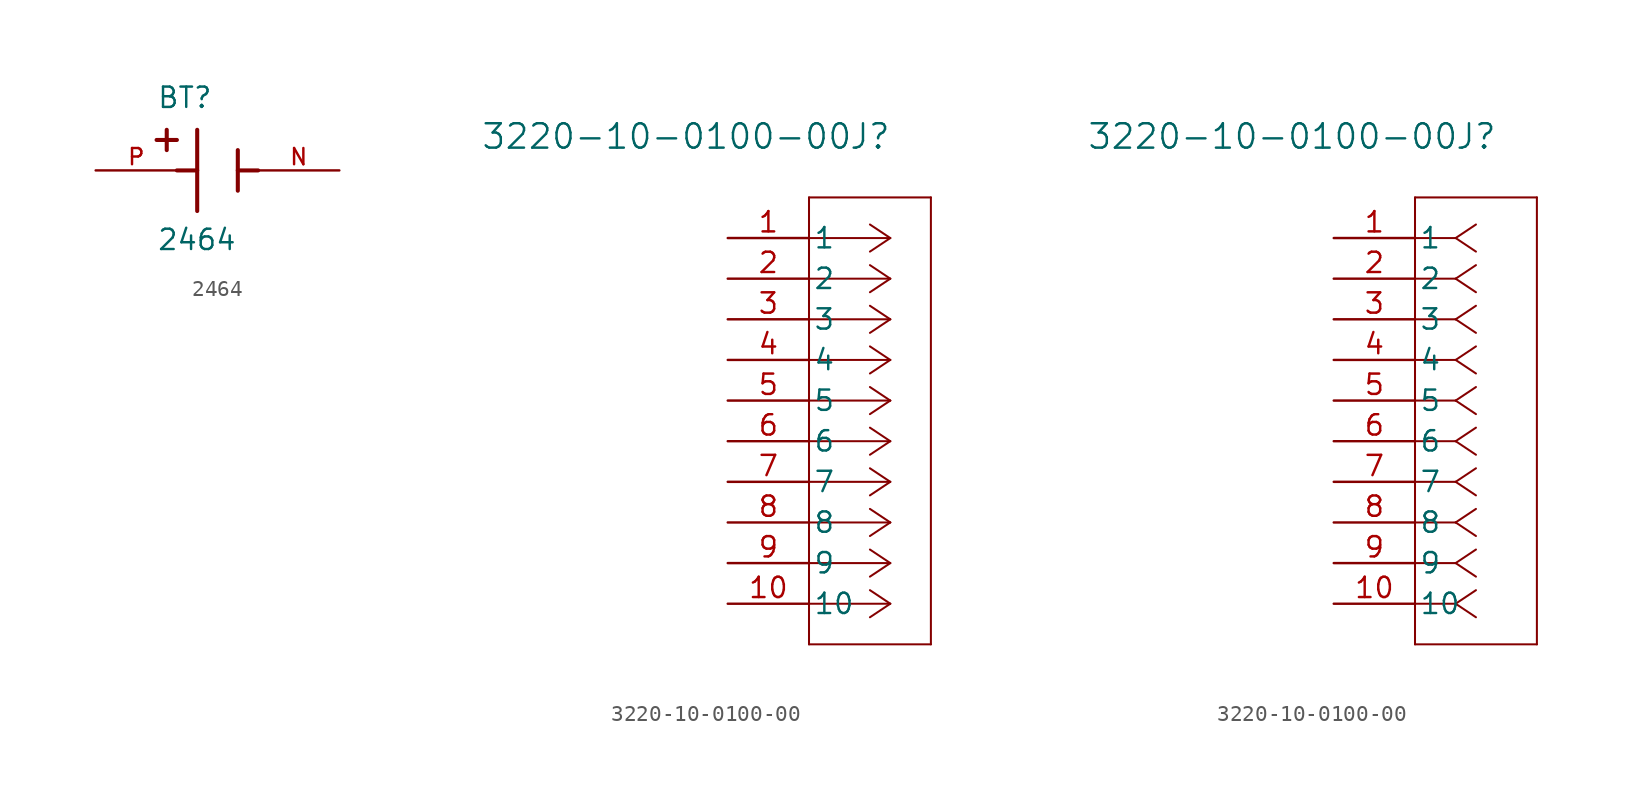
<source format=kicad_sym>
(kicad_symbol_lib
  (version 20241209)
  (generator "kicad_symbol_editor")
  (generator_version "9.0")
  (symbol "2464"
    (pin_names
      (offset 1.016))
    (property "Reference" "BT"
      (at -3.81 3.81 0)
      (effects (font (size 1.27 1.27)) (justify left bottom)))
    (property "Value" "2464"
      (at -3.81 -5.08 0)
      (effects (font (size 1.27 1.27)) (justify left bottom)))
    (symbol "2464_0_0"
      (polyline (pts (xy -3.81 1.905) (xy -2.54 1.905)) (stroke (width 0.254) (type default)) (fill (type none)))
      (polyline (pts (xy -3.175 2.54) (xy -3.175 1.27)) (stroke (width 0.254) (type default)) (fill (type none)))
      (polyline (pts (xy -1.27 2.54) (xy -1.27 -2.54)) (stroke (width 0.254) (type default)) (fill (type none)))
      (polyline (pts (xy -1.27 0) (xy -2.54 0)) (stroke (width 0.254) (type default)) (fill (type none)))
      (polyline (pts (xy 1.27 1.27) (xy 1.27 -1.27)) (stroke (width 0.254) (type default)) (fill (type none)))
      (polyline (pts (xy 1.27 0) (xy 2.54 0)) (stroke (width 0.254) (type default)) (fill (type none)))
      (pin passive line (at -7.62 0 0) (length 5.08) (name "~" (effects (font (size 1.016 1.016)))) (number "P" (effects (font (size 1.016 1.016)))))
      (pin passive line (at 7.62 0 180) (length 5.08) (name "~" (effects (font (size 1.016 1.016)))) (number "N" (effects (font (size 1.016 1.016)))))))
  (symbol "3220-10-0100-00"
    (pin_names
      (offset 0.254))
    (property "Reference" "J"
      (at 8.89 6.35 0)
      (effects (font (size 1.524 1.524))))
    (property "Value" "3220-10-0100-00"
      (at -3.81 6.35 0)
      (effects (font (size 1.524 1.524))))
    (property "ki_locked" ""
      (at 0 0 0)
      (effects (font (size 1.27 1.27))))
    (symbol "3220-10-0100-00_1_1"
      (polyline (pts (xy 5.08 2.54) (xy 5.08 -25.4)) (stroke (width 0.127) (type default)) (fill (type none)))
      (polyline (pts (xy 5.08 -25.4) (xy 12.7 -25.4)) (stroke (width 0.127) (type default)) (fill (type none)))
      (polyline (pts (xy 10.16 0) (xy 5.08 0)) (stroke (width 0.127) (type default)) (fill (type none)))
      (polyline (pts (xy 10.16 0) (xy 8.89 0.847)) (stroke (width 0.127) (type default)) (fill (type none)))
      (polyline (pts (xy 10.16 0) (xy 8.89 -0.847)) (stroke (width 0.127) (type default)) (fill (type none)))
      (polyline (pts (xy 10.16 -2.54) (xy 5.08 -2.54)) (stroke (width 0.127) (type default)) (fill (type none)))
      (polyline (pts (xy 10.16 -2.54) (xy 8.89 -1.693)) (stroke (width 0.127) (type default)) (fill (type none)))
      (polyline (pts (xy 10.16 -2.54) (xy 8.89 -3.387)) (stroke (width 0.127) (type default)) (fill (type none)))
      (polyline (pts (xy 10.16 -5.08) (xy 5.08 -5.08)) (stroke (width 0.127) (type default)) (fill (type none)))
      (polyline (pts (xy 10.16 -5.08) (xy 8.89 -4.233)) (stroke (width 0.127) (type default)) (fill (type none)))
      (polyline (pts (xy 10.16 -5.08) (xy 8.89 -5.927)) (stroke (width 0.127) (type default)) (fill (type none)))
      (polyline (pts (xy 10.16 -7.62) (xy 5.08 -7.62)) (stroke (width 0.127) (type default)) (fill (type none)))
      (polyline (pts (xy 10.16 -7.62) (xy 8.89 -6.773)) (stroke (width 0.127) (type default)) (fill (type none)))
      (polyline (pts (xy 10.16 -7.62) (xy 8.89 -8.467)) (stroke (width 0.127) (type default)) (fill (type none)))
      (polyline (pts (xy 10.16 -10.16) (xy 5.08 -10.16)) (stroke (width 0.127) (type default)) (fill (type none)))
      (polyline (pts (xy 10.16 -10.16) (xy 8.89 -9.313)) (stroke (width 0.127) (type default)) (fill (type none)))
      (polyline (pts (xy 10.16 -10.16) (xy 8.89 -11.007)) (stroke (width 0.127) (type default)) (fill (type none)))
      (polyline (pts (xy 10.16 -12.7) (xy 5.08 -12.7)) (stroke (width 0.127) (type default)) (fill (type none)))
      (polyline (pts (xy 10.16 -12.7) (xy 8.89 -11.853)) (stroke (width 0.127) (type default)) (fill (type none)))
      (polyline (pts (xy 10.16 -12.7) (xy 8.89 -13.547)) (stroke (width 0.127) (type default)) (fill (type none)))
      (polyline (pts (xy 10.16 -15.24) (xy 5.08 -15.24)) (stroke (width 0.127) (type default)) (fill (type none)))
      (polyline (pts (xy 10.16 -15.24) (xy 8.89 -14.393)) (stroke (width 0.127) (type default)) (fill (type none)))
      (polyline (pts (xy 10.16 -15.24) (xy 8.89 -16.087)) (stroke (width 0.127) (type default)) (fill (type none)))
      (polyline (pts (xy 10.16 -17.78) (xy 5.08 -17.78)) (stroke (width 0.127) (type default)) (fill (type none)))
      (polyline (pts (xy 10.16 -17.78) (xy 8.89 -16.933)) (stroke (width 0.127) (type default)) (fill (type none)))
      (polyline (pts (xy 10.16 -17.78) (xy 8.89 -18.627)) (stroke (width 0.127) (type default)) (fill (type none)))
      (polyline (pts (xy 10.16 -20.32) (xy 5.08 -20.32)) (stroke (width 0.127) (type default)) (fill (type none)))
      (polyline (pts (xy 10.16 -20.32) (xy 8.89 -19.473)) (stroke (width 0.127) (type default)) (fill (type none)))
      (polyline (pts (xy 10.16 -20.32) (xy 8.89 -21.167)) (stroke (width 0.127) (type default)) (fill (type none)))
      (polyline (pts (xy 10.16 -22.86) (xy 5.08 -22.86)) (stroke (width 0.127) (type default)) (fill (type none)))
      (polyline (pts (xy 10.16 -22.86) (xy 8.89 -22.013)) (stroke (width 0.127) (type default)) (fill (type none)))
      (polyline (pts (xy 10.16 -22.86) (xy 8.89 -23.707)) (stroke (width 0.127) (type default)) (fill (type none)))
      (polyline (pts (xy 12.7 2.54) (xy 5.08 2.54)) (stroke (width 0.127) (type default)) (fill (type none)))
      (polyline (pts (xy 12.7 -25.4) (xy 12.7 2.54)) (stroke (width 0.127) (type default)) (fill (type none)))
      (pin unspecified line (at 0 0 0) (length 5.08) (name "1" (effects (font (size 1.27 1.27)))) (number "1" (effects (font (size 1.27 1.27)))))
      (pin unspecified line (at 0 -2.54 0) (length 5.08) (name "2" (effects (font (size 1.27 1.27)))) (number "2" (effects (font (size 1.27 1.27)))))
      (pin unspecified line (at 0 -5.08 0) (length 5.08) (name "3" (effects (font (size 1.27 1.27)))) (number "3" (effects (font (size 1.27 1.27)))))
      (pin unspecified line (at 0 -7.62 0) (length 5.08) (name "4" (effects (font (size 1.27 1.27)))) (number "4" (effects (font (size 1.27 1.27)))))
      (pin unspecified line (at 0 -10.16 0) (length 5.08) (name "5" (effects (font (size 1.27 1.27)))) (number "5" (effects (font (size 1.27 1.27)))))
      (pin unspecified line (at 0 -12.7 0) (length 5.08) (name "6" (effects (font (size 1.27 1.27)))) (number "6" (effects (font (size 1.27 1.27)))))
      (pin unspecified line (at 0 -15.24 0) (length 5.08) (name "7" (effects (font (size 1.27 1.27)))) (number "7" (effects (font (size 1.27 1.27)))))
      (pin unspecified line (at 0 -17.78 0) (length 5.08) (name "8" (effects (font (size 1.27 1.27)))) (number "8" (effects (font (size 1.27 1.27)))))
      (pin unspecified line (at 0 -20.32 0) (length 5.08) (name "9" (effects (font (size 1.27 1.27)))) (number "9" (effects (font (size 1.27 1.27)))))
      (pin unspecified line (at 0 -22.86 0) (length 5.08) (name "10" (effects (font (size 1.27 1.27)))) (number "10" (effects (font (size 1.27 1.27))))))
    (symbol "3220-10-0100-00_1_2"
      (polyline (pts (xy 5.08 2.54) (xy 5.08 -25.4)) (stroke (width 0.127) (type default)) (fill (type none)))
      (polyline (pts (xy 5.08 -25.4) (xy 12.7 -25.4)) (stroke (width 0.127) (type default)) (fill (type none)))
      (polyline (pts (xy 7.62 0) (xy 5.08 0)) (stroke (width 0.127) (type default)) (fill (type none)))
      (polyline (pts (xy 7.62 0) (xy 8.89 0.847)) (stroke (width 0.127) (type default)) (fill (type none)))
      (polyline (pts (xy 7.62 0) (xy 8.89 -0.847)) (stroke (width 0.127) (type default)) (fill (type none)))
      (polyline (pts (xy 7.62 -2.54) (xy 5.08 -2.54)) (stroke (width 0.127) (type default)) (fill (type none)))
      (polyline (pts (xy 7.62 -2.54) (xy 8.89 -1.693)) (stroke (width 0.127) (type default)) (fill (type none)))
      (polyline (pts (xy 7.62 -2.54) (xy 8.89 -3.387)) (stroke (width 0.127) (type default)) (fill (type none)))
      (polyline (pts (xy 7.62 -5.08) (xy 5.08 -5.08)) (stroke (width 0.127) (type default)) (fill (type none)))
      (polyline (pts (xy 7.62 -5.08) (xy 8.89 -4.233)) (stroke (width 0.127) (type default)) (fill (type none)))
      (polyline (pts (xy 7.62 -5.08) (xy 8.89 -5.927)) (stroke (width 0.127) (type default)) (fill (type none)))
      (polyline (pts (xy 7.62 -7.62) (xy 5.08 -7.62)) (stroke (width 0.127) (type default)) (fill (type none)))
      (polyline (pts (xy 7.62 -7.62) (xy 8.89 -6.773)) (stroke (width 0.127) (type default)) (fill (type none)))
      (polyline (pts (xy 7.62 -7.62) (xy 8.89 -8.467)) (stroke (width 0.127) (type default)) (fill (type none)))
      (polyline (pts (xy 7.62 -10.16) (xy 5.08 -10.16)) (stroke (width 0.127) (type default)) (fill (type none)))
      (polyline (pts (xy 7.62 -10.16) (xy 8.89 -9.313)) (stroke (width 0.127) (type default)) (fill (type none)))
      (polyline (pts (xy 7.62 -10.16) (xy 8.89 -11.007)) (stroke (width 0.127) (type default)) (fill (type none)))
      (polyline (pts (xy 7.62 -12.7) (xy 5.08 -12.7)) (stroke (width 0.127) (type default)) (fill (type none)))
      (polyline (pts (xy 7.62 -12.7) (xy 8.89 -11.853)) (stroke (width 0.127) (type default)) (fill (type none)))
      (polyline (pts (xy 7.62 -12.7) (xy 8.89 -13.547)) (stroke (width 0.127) (type default)) (fill (type none)))
      (polyline (pts (xy 7.62 -15.24) (xy 5.08 -15.24)) (stroke (width 0.127) (type default)) (fill (type none)))
      (polyline (pts (xy 7.62 -15.24) (xy 8.89 -14.393)) (stroke (width 0.127) (type default)) (fill (type none)))
      (polyline (pts (xy 7.62 -15.24) (xy 8.89 -16.087)) (stroke (width 0.127) (type default)) (fill (type none)))
      (polyline (pts (xy 7.62 -17.78) (xy 5.08 -17.78)) (stroke (width 0.127) (type default)) (fill (type none)))
      (polyline (pts (xy 7.62 -17.78) (xy 8.89 -16.933)) (stroke (width 0.127) (type default)) (fill (type none)))
      (polyline (pts (xy 7.62 -17.78) (xy 8.89 -18.627)) (stroke (width 0.127) (type default)) (fill (type none)))
      (polyline (pts (xy 7.62 -20.32) (xy 5.08 -20.32)) (stroke (width 0.127) (type default)) (fill (type none)))
      (polyline (pts (xy 7.62 -20.32) (xy 8.89 -19.473)) (stroke (width 0.127) (type default)) (fill (type none)))
      (polyline (pts (xy 7.62 -20.32) (xy 8.89 -21.167)) (stroke (width 0.127) (type default)) (fill (type none)))
      (polyline (pts (xy 7.62 -22.86) (xy 5.08 -22.86)) (stroke (width 0.127) (type default)) (fill (type none)))
      (polyline (pts (xy 7.62 -22.86) (xy 8.89 -22.013)) (stroke (width 0.127) (type default)) (fill (type none)))
      (polyline (pts (xy 7.62 -22.86) (xy 8.89 -23.707)) (stroke (width 0.127) (type default)) (fill (type none)))
      (polyline (pts (xy 12.7 2.54) (xy 5.08 2.54)) (stroke (width 0.127) (type default)) (fill (type none)))
      (polyline (pts (xy 12.7 -25.4) (xy 12.7 2.54)) (stroke (width 0.127) (type default)) (fill (type none)))
      (pin unspecified line (at 0 0 0) (length 5.08) (name "1" (effects (font (size 1.27 1.27)))) (number "1" (effects (font (size 1.27 1.27)))))
      (pin unspecified line (at 0 -2.54 0) (length 5.08) (name "2" (effects (font (size 1.27 1.27)))) (number "2" (effects (font (size 1.27 1.27)))))
      (pin unspecified line (at 0 -5.08 0) (length 5.08) (name "3" (effects (font (size 1.27 1.27)))) (number "3" (effects (font (size 1.27 1.27)))))
      (pin unspecified line (at 0 -7.62 0) (length 5.08) (name "4" (effects (font (size 1.27 1.27)))) (number "4" (effects (font (size 1.27 1.27)))))
      (pin unspecified line (at 0 -10.16 0) (length 5.08) (name "5" (effects (font (size 1.27 1.27)))) (number "5" (effects (font (size 1.27 1.27)))))
      (pin unspecified line (at 0 -12.7 0) (length 5.08) (name "6" (effects (font (size 1.27 1.27)))) (number "6" (effects (font (size 1.27 1.27)))))
      (pin unspecified line (at 0 -15.24 0) (length 5.08) (name "7" (effects (font (size 1.27 1.27)))) (number "7" (effects (font (size 1.27 1.27)))))
      (pin unspecified line (at 0 -17.78 0) (length 5.08) (name "8" (effects (font (size 1.27 1.27)))) (number "8" (effects (font (size 1.27 1.27)))))
      (pin unspecified line (at 0 -20.32 0) (length 5.08) (name "9" (effects (font (size 1.27 1.27)))) (number "9" (effects (font (size 1.27 1.27)))))
      (pin unspecified line (at 0 -22.86 0) (length 5.08) (name "10" (effects (font (size 1.27 1.27)))) (number "10" (effects (font (size 1.27 1.27))))))))
</source>
